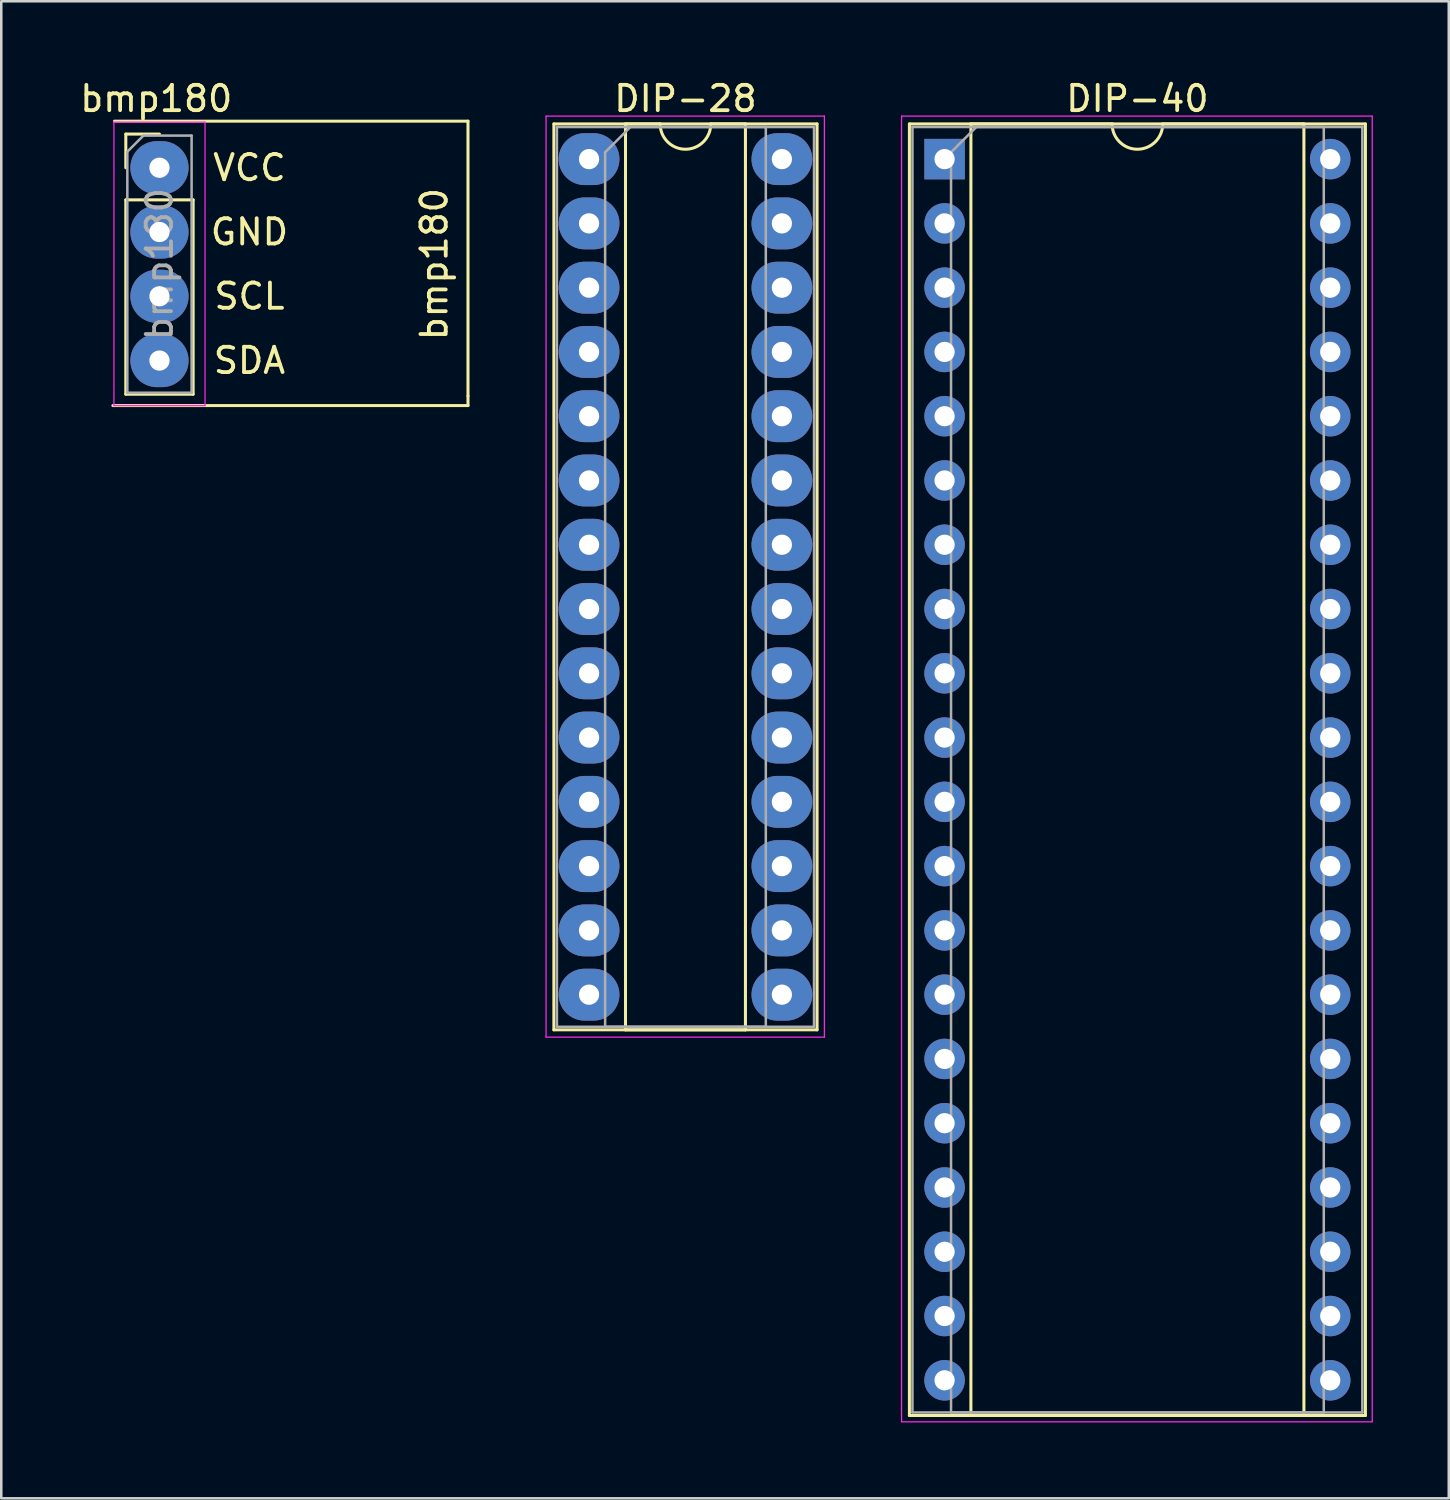
<source format=kicad_pcb>
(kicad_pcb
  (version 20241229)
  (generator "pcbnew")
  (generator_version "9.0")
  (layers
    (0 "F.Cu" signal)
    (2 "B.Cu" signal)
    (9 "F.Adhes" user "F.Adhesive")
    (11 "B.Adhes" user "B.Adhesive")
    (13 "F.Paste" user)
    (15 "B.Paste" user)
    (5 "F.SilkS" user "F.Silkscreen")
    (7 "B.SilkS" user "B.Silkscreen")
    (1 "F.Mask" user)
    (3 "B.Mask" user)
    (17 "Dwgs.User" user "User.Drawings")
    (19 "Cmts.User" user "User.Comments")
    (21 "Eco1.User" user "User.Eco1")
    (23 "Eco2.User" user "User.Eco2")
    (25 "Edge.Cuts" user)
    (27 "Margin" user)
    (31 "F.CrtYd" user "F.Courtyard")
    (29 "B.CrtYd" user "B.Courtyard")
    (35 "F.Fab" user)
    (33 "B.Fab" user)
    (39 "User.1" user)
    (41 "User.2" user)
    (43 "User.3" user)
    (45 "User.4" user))
  (footprint "DIP-40"
    (layer "F.Cu")
    (at 34.279 3.238)
    (property "Reference" "DIP-40" (at 7.62 -2.39 0) (layer "F.SilkS") (effects (font (size 1 1) (thickness 0.15))))
    (attr through_hole)
    (fp_line (start -1.39 -1.39) (end -1.39 49.65) (stroke (width 0.12) (type solid)) (layer "F.SilkS"))
    (fp_line (start -1.39 49.65) (end 16.63 49.65) (stroke (width 0.12) (type solid)) (layer "F.SilkS"))
    (fp_line (start 1.04 -1.39) (end 1.04 49.65) (stroke (width 0.12) (type solid)) (layer "F.SilkS"))
    (fp_line (start 1.04 49.65) (end 14.2 49.65) (stroke (width 0.12) (type solid)) (layer "F.SilkS"))
    (fp_line (start 6.62 -1.39) (end 1.04 -1.39) (stroke (width 0.12) (type solid)) (layer "F.SilkS"))
    (fp_line (start 14.2 -1.39) (end 8.62 -1.39) (stroke (width 0.12) (type solid)) (layer "F.SilkS"))
    (fp_line (start 14.2 49.65) (end 14.2 -1.39) (stroke (width 0.12) (type solid)) (layer "F.SilkS"))
    (fp_line (start 16.63 -1.39) (end -1.39 -1.39) (stroke (width 0.12) (type solid)) (layer "F.SilkS"))
    (fp_line (start 16.63 49.65) (end 16.63 -1.39) (stroke (width 0.12) (type solid)) (layer "F.SilkS"))
    (fp_arc (start 8.62 -1.39) (mid 7.62 -0.39) (end 6.62 -1.39) (stroke (width 0.12) (type solid)) (layer "F.SilkS"))
    (fp_line (start -1.7 -1.7) (end -1.7 49.9) (stroke (width 0.05) (type solid)) (layer "F.CrtYd"))
    (fp_line (start -1.7 49.9) (end 16.9 49.9) (stroke (width 0.05) (type solid)) (layer "F.CrtYd"))
    (fp_line (start 16.9 -1.7) (end -1.7 -1.7) (stroke (width 0.05) (type solid)) (layer "F.CrtYd"))
    (fp_line (start 16.9 49.9) (end 16.9 -1.7) (stroke (width 0.05) (type solid)) (layer "F.CrtYd"))
    (fp_line (start -1.27 -1.27) (end -1.27 49.53) (stroke (width 0.1) (type solid)) (layer "F.Fab"))
    (fp_line (start -1.27 49.53) (end 16.51 49.53) (stroke (width 0.1) (type solid)) (layer "F.Fab"))
    (fp_line (start 0.255 -0.27) (end 1.255 -1.27) (stroke (width 0.1) (type solid)) (layer "F.Fab"))
    (fp_line (start 0.255 49.53) (end 0.255 -0.27) (stroke (width 0.1) (type solid)) (layer "F.Fab"))
    (fp_line (start 1.255 -1.27) (end 14.985 -1.27) (stroke (width 0.1) (type solid)) (layer "F.Fab"))
    (fp_line (start 14.985 -1.27) (end 14.985 49.53) (stroke (width 0.1) (type solid)) (layer "F.Fab"))
    (fp_line (start 14.985 49.53) (end 0.255 49.53) (stroke (width 0.1) (type solid)) (layer "F.Fab"))
    (fp_line (start 16.51 -1.27) (end -1.27 -1.27) (stroke (width 0.1) (type solid)) (layer "F.Fab"))
    (fp_line (start 16.51 49.53) (end 16.51 -1.27) (stroke (width 0.1) (type solid)) (layer "F.Fab"))
    (pad "1" thru_hole rect (at 0 0) (size 1.6 1.6) (drill 0.8) (layers "*.Cu" "*.Mask"))
    (pad "2" thru_hole oval (at 0 2.54) (size 1.6 1.6) (drill 0.8) (layers "*.Cu" "*.Mask"))
    (pad "3" thru_hole oval (at 0 5.08) (size 1.6 1.6) (drill 0.8) (layers "*.Cu" "*.Mask"))
    (pad "4" thru_hole oval (at 0 7.62) (size 1.6 1.6) (drill 0.8) (layers "*.Cu" "*.Mask"))
    (pad "5" thru_hole oval (at 0 10.16) (size 1.6 1.6) (drill 0.8) (layers "*.Cu" "*.Mask"))
    (pad "6" thru_hole oval (at 0 12.7) (size 1.6 1.6) (drill 0.8) (layers "*.Cu" "*.Mask"))
    (pad "7" thru_hole oval (at 0 15.24) (size 1.6 1.6) (drill 0.8) (layers "*.Cu" "*.Mask"))
    (pad "8" thru_hole oval (at 0 17.78) (size 1.6 1.6) (drill 0.8) (layers "*.Cu" "*.Mask"))
    (pad "9" thru_hole oval (at 0 20.32) (size 1.6 1.6) (drill 0.8) (layers "*.Cu" "*.Mask"))
    (pad "10" thru_hole oval (at 0 22.86) (size 1.6 1.6) (drill 0.8) (layers "*.Cu" "*.Mask"))
    (pad "11" thru_hole oval (at 0 25.4) (size 1.6 1.6) (drill 0.8) (layers "*.Cu" "*.Mask"))
    (pad "12" thru_hole oval (at 0 27.94) (size 1.6 1.6) (drill 0.8) (layers "*.Cu" "*.Mask"))
    (pad "13" thru_hole oval (at 0 30.48) (size 1.6 1.6) (drill 0.8) (layers "*.Cu" "*.Mask"))
    (pad "14" thru_hole oval (at 0 33.02) (size 1.6 1.6) (drill 0.8) (layers "*.Cu" "*.Mask"))
    (pad "15" thru_hole oval (at 0 35.56) (size 1.6 1.6) (drill 0.8) (layers "*.Cu" "*.Mask"))
    (pad "16" thru_hole oval (at 0 38.1) (size 1.6 1.6) (drill 0.8) (layers "*.Cu" "*.Mask"))
    (pad "17" thru_hole oval (at 0 40.64) (size 1.6 1.6) (drill 0.8) (layers "*.Cu" "*.Mask"))
    (pad "18" thru_hole oval (at 0 43.18) (size 1.6 1.6) (drill 0.8) (layers "*.Cu" "*.Mask"))
    (pad "19" thru_hole oval (at 0 45.72) (size 1.6 1.6) (drill 0.8) (layers "*.Cu" "*.Mask"))
    (pad "20" thru_hole oval (at 0 48.26) (size 1.6 1.6) (drill 0.8) (layers "*.Cu" "*.Mask"))
    (pad "21" thru_hole oval (at 15.24 48.26) (size 1.6 1.6) (drill 0.8) (layers "*.Cu" "*.Mask"))
    (pad "22" thru_hole oval (at 15.24 45.72) (size 1.6 1.6) (drill 0.8) (layers "*.Cu" "*.Mask"))
    (pad "23" thru_hole oval (at 15.24 43.18) (size 1.6 1.6) (drill 0.8) (layers "*.Cu" "*.Mask"))
    (pad "24" thru_hole oval (at 15.24 40.64) (size 1.6 1.6) (drill 0.8) (layers "*.Cu" "*.Mask"))
    (pad "25" thru_hole oval (at 15.24 38.1) (size 1.6 1.6) (drill 0.8) (layers "*.Cu" "*.Mask"))
    (pad "26" thru_hole oval (at 15.24 35.56) (size 1.6 1.6) (drill 0.8) (layers "*.Cu" "*.Mask"))
    (pad "27" thru_hole oval (at 15.24 33.02) (size 1.6 1.6) (drill 0.8) (layers "*.Cu" "*.Mask"))
    (pad "28" thru_hole oval (at 15.24 30.48) (size 1.6 1.6) (drill 0.8) (layers "*.Cu" "*.Mask"))
    (pad "29" thru_hole oval (at 15.24 27.94) (size 1.6 1.6) (drill 0.8) (layers "*.Cu" "*.Mask"))
    (pad "30" thru_hole oval (at 15.24 25.4) (size 1.6 1.6) (drill 0.8) (layers "*.Cu" "*.Mask"))
    (pad "31" thru_hole oval (at 15.24 22.86) (size 1.6 1.6) (drill 0.8) (layers "*.Cu" "*.Mask"))
    (pad "32" thru_hole oval (at 15.24 20.32) (size 1.6 1.6) (drill 0.8) (layers "*.Cu" "*.Mask"))
    (pad "33" thru_hole oval (at 15.24 17.78) (size 1.6 1.6) (drill 0.8) (layers "*.Cu" "*.Mask"))
    (pad "34" thru_hole oval (at 15.24 15.24) (size 1.6 1.6) (drill 0.8) (layers "*.Cu" "*.Mask"))
    (pad "35" thru_hole oval (at 15.24 12.7) (size 1.6 1.6) (drill 0.8) (layers "*.Cu" "*.Mask"))
    (pad "36" thru_hole oval (at 15.24 10.16) (size 1.6 1.6) (drill 0.8) (layers "*.Cu" "*.Mask"))
    (pad "37" thru_hole oval (at 15.24 7.62) (size 1.6 1.6) (drill 0.8) (layers "*.Cu" "*.Mask"))
    (pad "38" thru_hole oval (at 15.24 5.08) (size 1.6 1.6) (drill 0.8) (layers "*.Cu" "*.Mask"))
    (pad "39" thru_hole oval (at 15.24 2.54) (size 1.6 1.6) (drill 0.8) (layers "*.Cu" "*.Mask"))
    (pad "40" thru_hole oval (at 15.24 0) (size 1.6 1.6) (drill 0.8) (layers "*.Cu" "*.Mask")))
  (footprint "DIP-28"
    (layer "F.Cu")
    (at 20.229 3.238)
    (property "Reference" "DIP-28" (at 3.81 -2.39 0) (layer "F.SilkS") (effects (font (size 1 1) (thickness 0.15))))
    (attr through_hole)
    (fp_line (start -1.39 -1.39) (end -1.39 34.41) (stroke (width 0.12) (type solid)) (layer "F.SilkS"))
    (fp_line (start -1.39 34.41) (end 9.01 34.41) (stroke (width 0.12) (type solid)) (layer "F.SilkS"))
    (fp_line (start 1.44 -1.39) (end 1.44 34.41) (stroke (width 0.12) (type solid)) (layer "F.SilkS"))
    (fp_line (start 1.44 34.41) (end 6.18 34.41) (stroke (width 0.12) (type solid)) (layer "F.SilkS"))
    (fp_line (start 2.81 -1.39) (end 1.44 -1.39) (stroke (width 0.12) (type solid)) (layer "F.SilkS"))
    (fp_line (start 6.18 -1.39) (end 4.81 -1.39) (stroke (width 0.12) (type solid)) (layer "F.SilkS"))
    (fp_line (start 6.18 34.41) (end 6.18 -1.39) (stroke (width 0.12) (type solid)) (layer "F.SilkS"))
    (fp_line (start 9.01 -1.39) (end -1.39 -1.39) (stroke (width 0.12) (type solid)) (layer "F.SilkS"))
    (fp_line (start 9.01 34.41) (end 9.01 -1.39) (stroke (width 0.12) (type solid)) (layer "F.SilkS"))
    (fp_arc (start 4.81 -1.39) (mid 3.81 -0.39) (end 2.81 -1.39) (stroke (width 0.12) (type solid)) (layer "F.SilkS"))
    (fp_line (start -1.7 -1.7) (end -1.7 34.7) (stroke (width 0.05) (type solid)) (layer "F.CrtYd"))
    (fp_line (start -1.7 34.7) (end 9.3 34.7) (stroke (width 0.05) (type solid)) (layer "F.CrtYd"))
    (fp_line (start 9.3 -1.7) (end -1.7 -1.7) (stroke (width 0.05) (type solid)) (layer "F.CrtYd"))
    (fp_line (start 9.3 34.7) (end 9.3 -1.7) (stroke (width 0.05) (type solid)) (layer "F.CrtYd"))
    (fp_line (start -1.27 -1.27) (end -1.27 34.29) (stroke (width 0.1) (type solid)) (layer "F.Fab"))
    (fp_line (start -1.27 34.29) (end 8.89 34.29) (stroke (width 0.1) (type solid)) (layer "F.Fab"))
    (fp_line (start 0.635 -0.27) (end 1.635 -1.27) (stroke (width 0.1) (type solid)) (layer "F.Fab"))
    (fp_line (start 0.635 34.29) (end 0.635 -0.27) (stroke (width 0.1) (type solid)) (layer "F.Fab"))
    (fp_line (start 1.635 -1.27) (end 6.985 -1.27) (stroke (width 0.1) (type solid)) (layer "F.Fab"))
    (fp_line (start 6.985 -1.27) (end 6.985 34.29) (stroke (width 0.1) (type solid)) (layer "F.Fab"))
    (fp_line (start 6.985 34.29) (end 0.635 34.29) (stroke (width 0.1) (type solid)) (layer "F.Fab"))
    (fp_line (start 8.89 -1.27) (end -1.27 -1.27) (stroke (width 0.1) (type solid)) (layer "F.Fab"))
    (fp_line (start 8.89 34.29) (end 8.89 -1.27) (stroke (width 0.1) (type solid)) (layer "F.Fab"))
    (pad "1" thru_hole oval (at 0 0) (size 2.4 2.05) (drill 0.8) (layers "*.Cu" "*.Mask"))
    (pad "2" thru_hole oval (at 0 2.54) (size 2.4 2.05) (drill 0.8) (layers "*.Cu" "*.Mask"))
    (pad "3" thru_hole oval (at 0 5.08) (size 2.4 2.05) (drill 0.8) (layers "*.Cu" "*.Mask"))
    (pad "4" thru_hole oval (at 0 7.62) (size 2.4 2.05) (drill 0.8) (layers "*.Cu" "*.Mask"))
    (pad "5" thru_hole oval (at 0 10.16) (size 2.4 2.05) (drill 0.8) (layers "*.Cu" "*.Mask"))
    (pad "6" thru_hole oval (at 0 12.7) (size 2.4 2.05) (drill 0.8) (layers "*.Cu" "*.Mask"))
    (pad "7" thru_hole oval (at 0 15.24) (size 2.4 2.05) (drill 0.8) (layers "*.Cu" "*.Mask"))
    (pad "8" thru_hole oval (at 0 17.78) (size 2.4 2.05) (drill 0.8) (layers "*.Cu" "*.Mask"))
    (pad "9" thru_hole oval (at 0 20.32) (size 2.4 2.05) (drill 0.8) (layers "*.Cu" "*.Mask"))
    (pad "10" thru_hole oval (at 0 22.86) (size 2.4 2.05) (drill 0.8) (layers "*.Cu" "*.Mask"))
    (pad "11" thru_hole oval (at 0 25.4) (size 2.4 2.05) (drill 0.8) (layers "*.Cu" "*.Mask"))
    (pad "12" thru_hole oval (at 0 27.94) (size 2.4 2.05) (drill 0.8) (layers "*.Cu" "*.Mask"))
    (pad "13" thru_hole oval (at 0 30.48) (size 2.4 2.05) (drill 0.8) (layers "*.Cu" "*.Mask"))
    (pad "14" thru_hole oval (at 0 33.02) (size 2.4 2.05) (drill 0.8) (layers "*.Cu" "*.Mask"))
    (pad "15" thru_hole oval (at 7.62 33.02) (size 2.4 2.05) (drill 0.8) (layers "*.Cu" "*.Mask"))
    (pad "16" thru_hole oval (at 7.62 30.48) (size 2.4 2.05) (drill 0.8) (layers "*.Cu" "*.Mask"))
    (pad "17" thru_hole oval (at 7.62 27.94) (size 2.4 2.05) (drill 0.8) (layers "*.Cu" "*.Mask"))
    (pad "18" thru_hole oval (at 7.62 25.4) (size 2.4 2.05) (drill 0.8) (layers "*.Cu" "*.Mask"))
    (pad "19" thru_hole oval (at 7.62 22.86) (size 2.4 2.05) (drill 0.8) (layers "*.Cu" "*.Mask"))
    (pad "20" thru_hole oval (at 7.62 20.32) (size 2.4 2.05) (drill 0.8) (layers "*.Cu" "*.Mask"))
    (pad "21" thru_hole oval (at 7.62 17.78) (size 2.4 2.05) (drill 0.8) (layers "*.Cu" "*.Mask"))
    (pad "22" thru_hole oval (at 7.62 15.24) (size 2.4 2.05) (drill 0.8) (layers "*.Cu" "*.Mask"))
    (pad "23" thru_hole oval (at 7.62 12.7) (size 2.4 2.05) (drill 0.8) (layers "*.Cu" "*.Mask"))
    (pad "24" thru_hole oval (at 7.62 10.16) (size 2.4 2.05) (drill 0.8) (layers "*.Cu" "*.Mask"))
    (pad "25" thru_hole oval (at 7.62 7.62) (size 2.4 2.05) (drill 0.8) (layers "*.Cu" "*.Mask"))
    (pad "26" thru_hole oval (at 7.62 5.08) (size 2.4 2.05) (drill 0.8) (layers "*.Cu" "*.Mask"))
    (pad "27" thru_hole oval (at 7.62 2.54) (size 2.4 2.05) (drill 0.8) (layers "*.Cu" "*.Mask"))
    (pad "28" thru_hole oval (at 7.62 0) (size 2.4 2.05) (drill 0.8) (layers "*.Cu" "*.Mask")))
  (footprint "bmp180"
    (layer "F.Cu")
    (at 3.252 3.579)
    (property "Reference" "bmp180" (at -0.127 -2.731 0) (layer "F.SilkS") (effects (font (size 1 1) (thickness 0.15))))
    (attr through_hole)
    (fp_line (start -1.841 9.398) (end 12.192 9.398) (stroke (width 0.12) (type solid)) (layer "F.SilkS"))
    (fp_line (start -1.778 -1.841) (end 12.192 -1.841) (stroke (width 0.12) (type solid)) (layer "F.SilkS"))
    (fp_line (start -1.33 -1.33) (end 0 -1.33) (stroke (width 0.12) (type solid)) (layer "F.SilkS"))
    (fp_line (start -1.33 0) (end -1.33 -1.33) (stroke (width 0.12) (type solid)) (layer "F.SilkS"))
    (fp_line (start -1.33 1.27) (end -1.33 8.95) (stroke (width 0.12) (type solid)) (layer "F.SilkS"))
    (fp_line (start -1.33 1.27) (end 1.33 1.27) (stroke (width 0.12) (type solid)) (layer "F.SilkS"))
    (fp_line (start -1.33 8.95) (end 1.33 8.95) (stroke (width 0.12) (type solid)) (layer "F.SilkS"))
    (fp_line (start 1.33 1.27) (end 1.33 8.95) (stroke (width 0.12) (type solid)) (layer "F.SilkS"))
    (fp_line (start 12.192 -1.841) (end 12.192 9.017) (stroke (width 0.12) (type solid)) (layer "F.SilkS"))
    (fp_line (start 12.192 9.398) (end 12.192 9.017) (stroke (width 0.12) (type solid)) (layer "F.SilkS"))
    (fp_line (start -1.8 -1.8) (end -1.8 9.4) (stroke (width 0.05) (type solid)) (layer "F.CrtYd"))
    (fp_line (start -1.8 9.4) (end 1.8 9.4) (stroke (width 0.05) (type solid)) (layer "F.CrtYd"))
    (fp_line (start 1.8 -1.8) (end -1.8 -1.8) (stroke (width 0.05) (type solid)) (layer "F.CrtYd"))
    (fp_line (start 1.8 9.4) (end 1.8 -1.8) (stroke (width 0.05) (type solid)) (layer "F.CrtYd"))
    (fp_line (start -1.27 -0.635) (end -0.635 -1.27) (stroke (width 0.1) (type solid)) (layer "F.Fab"))
    (fp_line (start -1.27 8.89) (end -1.27 -0.635) (stroke (width 0.1) (type solid)) (layer "F.Fab"))
    (fp_line (start -0.635 -1.27) (end 1.27 -1.27) (stroke (width 0.1) (type solid)) (layer "F.Fab"))
    (fp_line (start 1.27 -1.27) (end 1.27 8.89) (stroke (width 0.1) (type solid)) (layer "F.Fab"))
    (fp_line (start 1.27 8.89) (end -1.27 8.89) (stroke (width 0.1) (type solid)) (layer "F.Fab"))
    (fp_text user "SDA" (at 3.556 7.62 0) (layer "F.SilkS") (effects (font (size 1 1) (thickness 0.15))))
    (fp_text user "GND" (at 3.556 2.54 0) (layer "F.SilkS") (effects (font (size 1 1) (thickness 0.15))))
    (fp_text user "VCC" (at 3.556 0 0) (layer "F.SilkS") (effects (font (size 1 1) (thickness 0.15))))
    (fp_text user "bmp180" (at 10.858 3.81 270) (layer "F.SilkS") (effects (font (size 1 1) (thickness 0.15))))
    (fp_text user "SCL" (at 3.556 5.08 0) (layer "F.SilkS") (effects (font (size 1 1) (thickness 0.15))))
    (fp_text user "${REFERENCE}" (at 0 3.81 90) (layer "F.Fab") (effects (font (size 1 1) (thickness 0.15))))
    (pad "1" thru_hole oval (at 0 0) (size 2.3 2.1) (drill 0.8) (layers "*.Cu" "*.Mask"))
    (pad "2" thru_hole oval (at 0 2.54) (size 2.3 2.1) (drill 0.8) (layers "*.Cu" "*.Mask"))
    (pad "3" thru_hole oval (at 0 5.08) (size 2.3 2.1) (drill 0.8) (layers "*.Cu" "*.Mask"))
    (pad "4" thru_hole oval (at 0 7.62) (size 2.3 2.1) (drill 0.8) (layers "*.Cu" "*.Mask")))
  (gr_rect
    (start -3 -3)
    (end 54.204 56.163)
    (stroke (width 0.1) (type default))
    (fill no)
    (layer "Edge.Cuts")))
</source>
